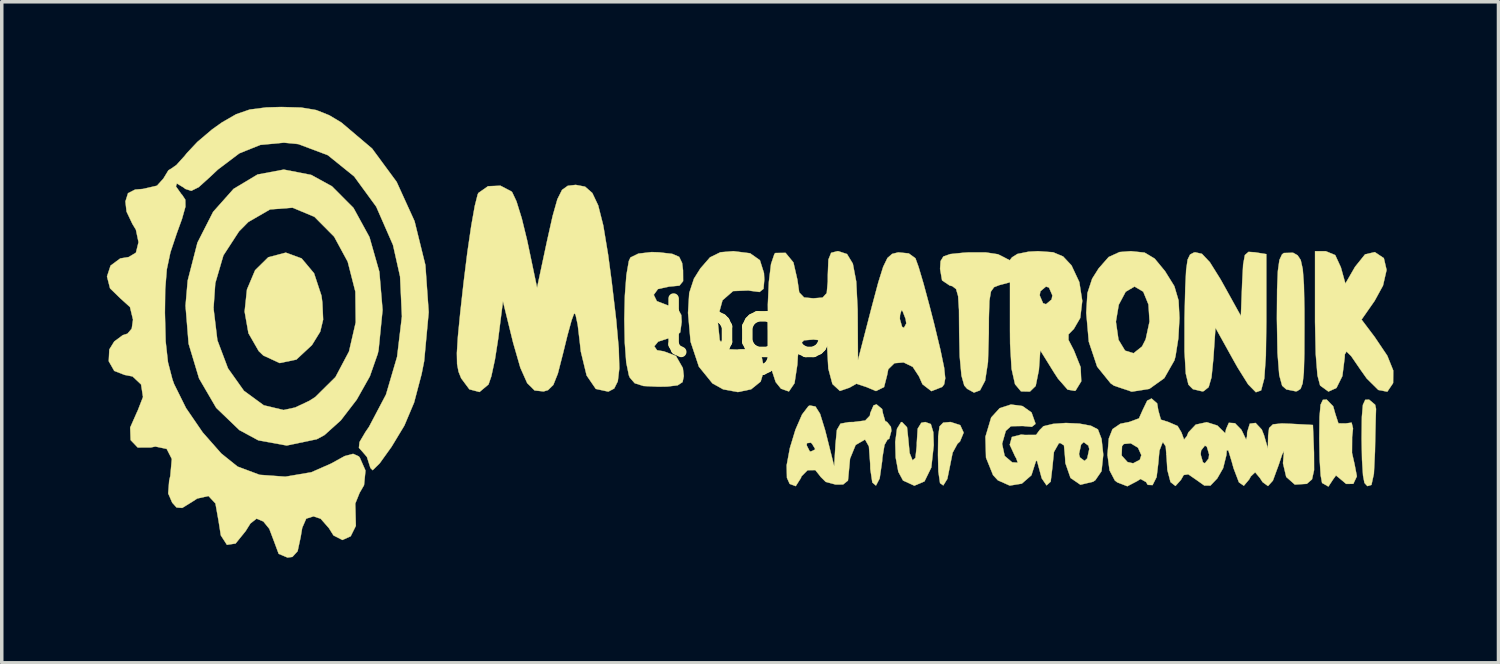
<source format=kicad_pcb>
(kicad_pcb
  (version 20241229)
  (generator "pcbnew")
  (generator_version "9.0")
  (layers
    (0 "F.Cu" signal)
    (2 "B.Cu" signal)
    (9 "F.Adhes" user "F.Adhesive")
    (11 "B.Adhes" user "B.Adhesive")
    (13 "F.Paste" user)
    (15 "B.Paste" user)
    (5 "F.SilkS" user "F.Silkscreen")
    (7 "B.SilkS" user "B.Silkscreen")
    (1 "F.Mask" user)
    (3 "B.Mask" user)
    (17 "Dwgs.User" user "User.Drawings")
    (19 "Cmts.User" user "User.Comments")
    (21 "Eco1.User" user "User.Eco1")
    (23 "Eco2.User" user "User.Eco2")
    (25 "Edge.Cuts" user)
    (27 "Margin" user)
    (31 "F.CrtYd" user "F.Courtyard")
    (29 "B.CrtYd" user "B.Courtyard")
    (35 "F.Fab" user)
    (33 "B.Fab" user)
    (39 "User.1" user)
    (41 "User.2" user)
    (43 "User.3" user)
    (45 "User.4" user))
  (footprint "logo"
    (layer "F.Cu")
    (at 18.286 6.308)
    (property "Reference" "logo" (at 0 0 0) (layer "F.SilkS") (effects (font (size 1.524 1.524) (thickness 0.3))))
    (attr through_hole)
    (fp_poly (pts (xy 6.079 2.781) (xy 6.176 2.994) (xy 6.072 3.245) (xy 5.998 3.314) (xy 5.861 3.567) (xy 5.786 3.94) (xy 5.71 4.314) (xy 5.594 4.501) (xy 5.502 4.435) (xy 5.454 4.104) (xy 5.443 3.631) (xy 5.449 3.097) (xy 5.487 2.817) (xy 5.591 2.709) (xy 5.79 2.691) (xy 5.806 2.691) (xy 6.079 2.781)) (stroke (width 0.01) (type solid)) (fill yes) (layer "F.SilkS"))
    (fp_poly (pts (xy 17.923 2.196) (xy 17.949 2.315) (xy 17.94 2.587) (xy 17.928 3.076) (xy 17.919 3.532) (xy 17.888 4.165) (xy 17.818 4.486) (xy 17.701 4.52) (xy 17.619 4.43) (xy 17.578 4.216) (xy 17.549 3.764) (xy 17.538 3.169) (xy 17.538 3.156) (xy 17.545 2.542) (xy 17.575 2.199) (xy 17.641 2.057) (xy 17.75 2.051) (xy 17.923 2.196)) (stroke (width 0.01) (type solid)) (fill yes) (layer "F.SilkS"))
    (fp_poly (pts (xy -12.725 -1.98) (xy -12.37 -1.556) (xy -12.158 -0.914) (xy -12.133 -0.721) (xy -12.111 -0.233) (xy -12.194 0.111) (xy -12.424 0.484) (xy -12.434 0.497) (xy -12.874 0.907) (xy -13.351 1.007) (xy -13.819 0.791) (xy -13.949 0.666) (xy -14.243 0.155) (xy -14.352 -0.462) (xy -14.285 -1.093) (xy -14.053 -1.643) (xy -13.676 -2.014) (xy -13.176 -2.145) (xy -12.725 -1.98)) (stroke (width 0.01) (type solid)) (fill yes) (layer "F.SilkS"))
    (fp_poly (pts (xy 5.239 2.749) (xy 5.309 2.981) (xy 5.322 3.352) (xy 5.252 3.989) (xy 5.058 4.385) (xy 4.768 4.508) (xy 4.445 4.36) (xy 4.311 4.111) (xy 4.236 3.706) (xy 4.223 3.258) (xy 4.273 2.883) (xy 4.388 2.696) (xy 4.415 2.691) (xy 4.559 2.841) (xy 4.596 3.186) (xy 4.633 3.575) (xy 4.717 3.785) (xy 4.799 3.714) (xy 4.837 3.371) (xy 4.838 3.29) (xy 4.864 2.88) (xy 4.967 2.713) (xy 5.08 2.691) (xy 5.239 2.749)) (stroke (width 0.01) (type solid)) (fill yes) (layer "F.SilkS"))
    (fp_poly (pts (xy 15.71 -2.069) (xy 15.799 -1.934) (xy 15.857 -1.673) (xy 15.89 -1.229) (xy 15.904 -0.539) (xy 15.905 -0.066) (xy 15.902 0.741) (xy 15.888 1.272) (xy 15.854 1.586) (xy 15.794 1.744) (xy 15.699 1.806) (xy 15.662 1.815) (xy 15.389 1.76) (xy 15.269 1.655) (xy 15.186 1.351) (xy 15.136 0.715) (xy 15.119 -0.253) (xy 15.119 -0.291) (xy 15.125 -1.095) (xy 15.147 -1.623) (xy 15.191 -1.935) (xy 15.264 -2.093) (xy 15.317 -2.135) (xy 15.581 -2.142) (xy 15.71 -2.069)) (stroke (width 0.01) (type solid)) (fill yes) (layer "F.SilkS"))
    (fp_poly (pts (xy 16.726 2.242) (xy 16.789 2.465) (xy 16.875 2.728) (xy 17.079 2.731) (xy 17.252 2.708) (xy 17.292 2.875) (xy 17.266 3.116) (xy 17.263 3.573) (xy 17.336 3.895) (xy 17.402 4.24) (xy 17.301 4.455) (xy 17.096 4.457) (xy 16.979 4.358) (xy 16.806 4.215) (xy 16.723 4.329) (xy 16.722 4.331) (xy 16.589 4.533) (xy 16.409 4.43) (xy 16.369 4.216) (xy 16.34 3.764) (xy 16.329 3.169) (xy 16.329 3.156) (xy 16.336 2.542) (xy 16.366 2.198) (xy 16.432 2.057) (xy 16.54 2.05) (xy 16.726 2.242)) (stroke (width 0.01) (type solid)) (fill yes) (layer "F.SilkS"))
    (fp_poly (pts (xy 0.079 -2.127) (xy 0.359 -1.929) (xy 0.475 -1.561) (xy 0.484 -1.374) (xy 0.462 -1.112) (xy 0.349 -1.022) (xy 0.077 -1.057) (xy 0.036 -1.066) (xy -0.407 -1.048) (xy -0.709 -0.785) (xy -0.841 -0.306) (xy -0.845 -0.184) (xy -0.789 0.35) (xy -0.61 0.609) (xy -0.283 0.624) (xy -0.237 0.613) (xy 0.159 0.607) (xy 0.409 0.829) (xy 0.484 1.192) (xy 0.38 1.536) (xy 0.108 1.756) (xy -0.27 1.835) (xy -0.691 1.757) (xy -0.996 1.587) (xy -1.383 1.11) (xy -1.62 0.398) (xy -1.693 -0.425) (xy -1.659 -0.992) (xy -1.524 -1.402) (xy -1.34 -1.695) (xy -1.064 -2.012) (xy -0.769 -2.156) (xy -0.396 -2.187) (xy 0.079 -2.127)) (stroke (width 0.01) (type solid)) (fill yes) (layer "F.SilkS"))
    (fp_poly (pts (xy 16.784 -2.075) (xy 16.946 -1.724) (xy 17.074 -1.262) (xy 17.349 -1.739) (xy 17.636 -2.096) (xy 17.914 -2.16) (xy 18.172 -1.988) (xy 18.25 -1.651) (xy 18.148 -1.205) (xy 17.91 -0.77) (xy 17.536 -0.234) (xy 17.91 0.262) (xy 18.271 0.798) (xy 18.44 1.218) (xy 18.437 1.567) (xy 18.432 1.586) (xy 18.271 1.824) (xy 18.015 1.775) (xy 17.683 1.447) (xy 17.492 1.177) (xy 17.24 0.809) (xy 17.107 0.678) (xy 17.058 0.759) (xy 17.054 0.852) (xy 16.988 1.378) (xy 16.819 1.718) (xy 16.59 1.821) (xy 16.353 1.648) (xy 16.277 1.359) (xy 16.228 0.749) (xy 16.208 -0.167) (xy 16.208 -0.37) (xy 16.208 -2.187) (xy 16.513 -2.187) (xy 16.784 -2.075)) (stroke (width 0.01) (type solid)) (fill yes) (layer "F.SilkS"))
    (fp_poly (pts (xy 14.49 -2.155) (xy 14.817 -2.103) (xy 14.817 -0.171) (xy 14.804 0.798) (xy 14.759 1.446) (xy 14.668 1.788) (xy 14.519 1.84) (xy 14.299 1.617) (xy 13.996 1.133) (xy 13.885 0.936) (xy 13.365 -0.001) (xy 13.305 0.883) (xy 13.252 1.415) (xy 13.17 1.695) (xy 13.031 1.807) (xy 12.992 1.816) (xy 12.72 1.752) (xy 12.594 1.624) (xy 12.518 1.308) (xy 12.481 0.675) (xy 12.482 -0.283) (xy 12.484 -0.361) (xy 12.503 -1.143) (xy 12.528 -1.65) (xy 12.57 -1.946) (xy 12.64 -2.09) (xy 12.748 -2.147) (xy 12.785 -2.155) (xy 12.979 -2.111) (xy 13.205 -1.872) (xy 13.503 -1.395) (xy 13.572 -1.273) (xy 14.091 -0.337) (xy 14.127 -1.272) (xy 14.155 -1.804) (xy 14.205 -2.076) (xy 14.309 -2.167) (xy 14.49 -2.155)) (stroke (width 0.01) (type solid)) (fill yes) (layer "F.SilkS"))
    (fp_poly (pts (xy 11.342 -2.146) (xy 11.63 -1.974) (xy 11.926 -1.615) (xy 12.191 -1.188) (xy 12.311 -0.782) (xy 12.337 -0.277) (xy 12.305 0.302) (xy 12.224 0.814) (xy 12.193 0.93) (xy 11.904 1.438) (xy 11.477 1.744) (xy 10.976 1.824) (xy 10.469 1.653) (xy 10.373 1.587) (xy 9.987 1.11) (xy 9.749 0.398) (xy 9.699 -0.168) (xy 10.523 -0.168) (xy 10.597 0.343) (xy 10.784 0.652) (xy 11.026 0.727) (xy 11.268 0.535) (xy 11.373 0.328) (xy 11.483 -0.18) (xy 11.452 -0.666) (xy 11.303 -1.031) (xy 11.055 -1.177) (xy 11.052 -1.177) (xy 10.801 -1.028) (xy 10.604 -0.658) (xy 10.523 -0.18) (xy 10.523 -0.168) (xy 9.699 -0.168) (xy 9.676 -0.425) (xy 9.71 -0.992) (xy 9.845 -1.402) (xy 10.03 -1.695) (xy 10.317 -2.021) (xy 10.627 -2.162) (xy 10.949 -2.187) (xy 11.342 -2.146)) (stroke (width 0.01) (type solid)) (fill yes) (layer "F.SilkS"))
    (fp_poly (pts (xy -2.52 -2.154) (xy -2.144 -2.11) (xy -1.946 -2.025) (xy -1.862 -1.85) (xy -1.836 -1.64) (xy -1.834 -1.332) (xy -1.938 -1.204) (xy -2.217 -1.177) (xy -2.23 -1.177) (xy -2.552 -1.106) (xy -2.672 -0.941) (xy -2.584 -0.761) (xy -2.283 -0.644) (xy -2.268 -0.641) (xy -1.992 -0.56) (xy -1.886 -0.363) (xy -1.875 -0.168) (xy -1.916 0.132) (xy -2.087 0.268) (xy -2.268 0.305) (xy -2.546 0.395) (xy -2.656 0.528) (xy -2.578 0.64) (xy -2.383 0.673) (xy -2.038 0.803) (xy -1.841 1.149) (xy -1.814 1.379) (xy -1.849 1.55) (xy -1.988 1.642) (xy -2.286 1.678) (xy -2.536 1.682) (xy -2.963 1.662) (xy -3.215 1.583) (xy -3.354 1.423) (xy -3.382 1.357) (xy -3.457 0.99) (xy -3.499 0.423) (xy -3.512 -0.246) (xy -3.496 -0.922) (xy -3.452 -1.507) (xy -3.383 -1.906) (xy -3.336 -2.007) (xy -3.112 -2.117) (xy -2.734 -2.161) (xy -2.52 -2.154)) (stroke (width 0.01) (type solid)) (fill yes) (layer "F.SilkS"))
    (fp_poly (pts (xy -12.451 -4.364) (xy -11.859 -4.039) (xy -11.244 -3.422) (xy -10.788 -2.589) (xy -10.506 -1.599) (xy -10.414 -0.508) (xy -10.527 0.627) (xy -10.55 0.737) (xy -10.776 1.384) (xy -11.151 2.051) (xy -11.606 2.643) (xy -12.074 3.064) (xy -12.291 3.181) (xy -13.15 3.361) (xy -13.962 3.213) (xy -14.502 2.921) (xy -15.163 2.286) (xy -15.653 1.446) (xy -15.951 0.456) (xy -16.033 -0.555) (xy -15.24 -0.555) (xy -15.13 0.356) (xy -14.827 1.159) (xy -14.373 1.798) (xy -13.806 2.213) (xy -13.24 2.348) (xy -12.909 2.276) (xy -12.502 2.084) (xy -12.334 1.976) (xy -11.759 1.408) (xy -11.372 0.677) (xy -11.18 -0.155) (xy -11.19 -1.03) (xy -11.409 -1.886) (xy -11.797 -2.602) (xy -12.359 -3.168) (xy -12.982 -3.428) (xy -13.626 -3.379) (xy -14.247 -3.02) (xy -14.513 -2.751) (xy -14.958 -2.067) (xy -15.19 -1.274) (xy -15.24 -0.555) (xy -16.033 -0.555) (xy -16.039 -0.63) (xy -15.977 -1.349) (xy -15.699 -2.43) (xy -15.251 -3.31) (xy -14.667 -3.966) (xy -13.983 -4.376) (xy -13.233 -4.516) (xy -12.451 -4.364)) (stroke (width 0.01) (type solid)) (fill yes) (layer "F.SilkS"))
    (fp_poly (pts (xy -4.633 -4.029) (xy -4.426 -3.848) (xy -4.258 -3.494) (xy -4.113 -2.922) (xy -3.975 -2.089) (xy -3.874 -1.33) (xy -3.744 -0.228) (xy -3.671 0.587) (xy -3.655 1.159) (xy -3.698 1.527) (xy -3.801 1.734) (xy -3.966 1.821) (xy -3.971 1.822) (xy -4.326 1.745) (xy -4.588 1.362) (xy -4.753 0.68) (xy -4.785 0.396) (xy -4.842 -0.085) (xy -4.904 -0.373) (xy -4.943 -0.415) (xy -5.018 -0.211) (xy -5.136 0.218) (xy -5.261 0.728) (xy -5.409 1.305) (xy -5.539 1.631) (xy -5.69 1.779) (xy -5.816 1.817) (xy -6.073 1.789) (xy -6.285 1.579) (xy -6.48 1.141) (xy -6.686 0.427) (xy -6.724 0.273) (xy -6.977 -0.757) (xy -7.113 0.313) (xy -7.206 0.908) (xy -7.309 1.385) (xy -7.389 1.617) (xy -7.646 1.833) (xy -7.935 1.757) (xy -8.17 1.441) (xy -8.245 1.253) (xy -8.286 1.034) (xy -8.292 0.721) (xy -8.263 0.254) (xy -8.196 -0.429) (xy -8.1 -1.293) (xy -7.993 -2.154) (xy -7.883 -2.906) (xy -7.781 -3.48) (xy -7.698 -3.808) (xy -7.679 -3.848) (xy -7.404 -4.041) (xy -7.048 -4.056) (xy -6.733 -3.891) (xy -6.712 -3.867) (xy -6.591 -3.61) (xy -6.44 -3.124) (xy -6.289 -2.507) (xy -6.266 -2.4) (xy -6.003 -1.144) (xy -5.723 -2.457) (xy -5.557 -3.197) (xy -5.423 -3.67) (xy -5.29 -3.936) (xy -5.127 -4.053) (xy -4.906 -4.079) (xy -4.896 -4.079) (xy -4.633 -4.029)) (stroke (width 0.01) (type solid)) (fill yes) (layer "F.SilkS"))
    (fp_poly (pts (xy 3.849 2.321) (xy 3.87 2.439) (xy 3.936 2.663) (xy 3.991 2.691) (xy 4.099 2.828) (xy 4.112 2.944) (xy 4.051 3.168) (xy 3.999 3.196) (xy 3.916 3.345) (xy 3.855 3.712) (xy 3.848 3.814) (xy 3.778 4.301) (xy 3.672 4.505) (xy 3.569 4.417) (xy 3.511 4.031) (xy 3.508 3.883) (xy 3.471 3.386) (xy 3.364 3.197) (xy 3.35 3.196) (xy 3.092 3.346) (xy 2.932 3.736) (xy 2.903 4.051) (xy 2.873 4.362) (xy 2.734 4.474) (xy 2.519 4.475) (xy 2.238 4.399) (xy 2.087 4.25) (xy 2.085 4.243) (xy 1.941 4.063) (xy 1.72 4.066) (xy 1.546 4.241) (xy 1.529 4.289) (xy 1.382 4.521) (xy 1.209 4.457) (xy 1.131 4.283) (xy 1.123 3.926) (xy 1.215 3.432) (xy 1.239 3.354) (xy 1.693 3.354) (xy 1.781 3.526) (xy 1.814 3.532) (xy 1.932 3.475) (xy 1.935 3.458) (xy 1.85 3.315) (xy 1.814 3.28) (xy 1.703 3.293) (xy 1.693 3.354) (xy 1.239 3.354) (xy 1.373 2.912) (xy 1.562 2.477) (xy 1.746 2.236) (xy 1.785 2.219) (xy 1.945 2.248) (xy 2.077 2.457) (xy 2.218 2.913) (xy 2.256 3.06) (xy 2.48 3.953) (xy 2.517 3.322) (xy 2.557 2.916) (xy 2.66 2.737) (xy 2.904 2.693) (xy 3.031 2.691) (xy 3.365 2.648) (xy 3.5 2.507) (xy 3.508 2.439) (xy 3.604 2.216) (xy 3.689 2.187) (xy 3.849 2.321)) (stroke (width 0.01) (type solid)) (fill yes) (layer "F.SilkS"))
    (fp_poly (pts (xy 7.856 2.235) (xy 8.114 2.418) (xy 8.224 2.727) (xy 8.225 2.746) (xy 8.123 2.827) (xy 7.878 2.805) (xy 7.872 2.804) (xy 7.525 2.81) (xy 7.379 2.943) (xy 7.273 3.314) (xy 7.347 3.659) (xy 7.561 3.841) (xy 7.721 3.851) (xy 7.674 3.718) (xy 7.65 3.683) (xy 7.492 3.34) (xy 7.553 3.118) (xy 7.82 3.049) (xy 7.922 3.06) (xy 8.243 3.058) (xy 8.346 2.919) (xy 8.453 2.811) (xy 8.728 2.744) (xy 9.094 2.718) (xy 9.479 2.736) (xy 9.809 2.797) (xy 10.009 2.901) (xy 10.113 3.173) (xy 10.16 3.607) (xy 10.16 3.641) (xy 10.112 4.093) (xy 9.936 4.35) (xy 9.873 4.394) (xy 9.51 4.481) (xy 9.227 4.287) (xy 9.08 3.863) (xy 9.071 3.7) (xy 9.063 3.604) (xy 9.469 3.604) (xy 9.495 3.701) (xy 9.628 3.801) (xy 9.703 3.73) (xy 9.762 3.461) (xy 9.737 3.364) (xy 9.603 3.264) (xy 9.528 3.335) (xy 9.469 3.604) (xy 9.063 3.604) (xy 9.04 3.356) (xy 8.928 3.287) (xy 8.89 3.303) (xy 8.753 3.546) (xy 8.709 3.985) (xy 8.66 4.393) (xy 8.543 4.499) (xy 8.406 4.299) (xy 8.331 4.025) (xy 8.268 3.791) (xy 8.237 3.815) (xy 8.11 4.211) (xy 7.837 4.449) (xy 7.492 4.505) (xy 7.152 4.354) (xy 7.015 4.205) (xy 6.814 3.707) (xy 6.798 3.111) (xy 6.962 2.561) (xy 7.204 2.296) (xy 7.527 2.191) (xy 7.856 2.235)) (stroke (width 0.01) (type solid)) (fill yes) (layer "F.SilkS"))
    (fp_poly (pts (xy 8.73 -2.156) (xy 9.015 -2.036) (xy 9.248 -1.788) (xy 9.258 -1.774) (xy 9.478 -1.304) (xy 9.562 -0.768) (xy 9.504 -0.28) (xy 9.323 0.031) (xy 9.17 0.188) (xy 9.169 0.347) (xy 9.32 0.638) (xy 9.323 0.644) (xy 9.515 1.123) (xy 9.533 1.529) (xy 9.375 1.788) (xy 9.352 1.801) (xy 9.145 1.766) (xy 8.87 1.452) (xy 8.756 1.277) (xy 8.363 0.644) (xy 8.324 1.204) (xy 8.232 1.661) (xy 8.068 1.821) (xy 7.813 1.815) (xy 7.643 1.612) (xy 7.544 1.173) (xy 7.502 0.457) (xy 7.499 0.087) (xy 7.499 -0.925) (xy 8.346 -0.925) (xy 8.443 -0.702) (xy 8.527 -0.673) (xy 8.687 -0.807) (xy 8.709 -0.925) (xy 8.612 -1.148) (xy 8.527 -1.177) (xy 8.367 -1.043) (xy 8.346 -0.925) (xy 7.499 -0.925) (xy 7.499 -1.299) (xy 7.197 -1.219) (xy 7.044 -1.16) (xy 6.954 -1.034) (xy 6.91 -0.767) (xy 6.896 -0.283) (xy 6.894 0.154) (xy 6.87 0.978) (xy 6.789 1.509) (xy 6.643 1.786) (xy 6.471 1.85) (xy 6.276 1.742) (xy 6.193 1.648) (xy 6.114 1.366) (xy 6.063 0.816) (xy 6.048 0.146) (xy 6.043 -0.511) (xy 6.018 -0.904) (xy 5.96 -1.105) (xy 5.853 -1.188) (xy 5.775 -1.208) (xy 5.56 -1.353) (xy 5.503 -1.682) (xy 5.518 -1.905) (xy 5.597 -2.035) (xy 5.793 -2.104) (xy 6.161 -2.142) (xy 6.331 -2.153) (xy 6.799 -2.153) (xy 7.155 -2.099) (xy 7.318 -2.018) (xy 7.49 -1.927) (xy 7.556 -2.01) (xy 7.711 -2.108) (xy 8.028 -2.172) (xy 8.298 -2.187) (xy 8.73 -2.156)) (stroke (width 0.01) (type solid)) (fill yes) (layer "F.SilkS"))
    (fp_poly (pts (xy 2.846 -2.105) (xy 3.012 -1.83) (xy 3.109 -1.319) (xy 3.149 -0.53) (xy 3.151 -0.305) (xy 3.158 0.925) (xy 3.463 -0.252) (xy 4.354 -0.252) (xy 4.418 -0.028) (xy 4.471 0) (xy 4.538 -0.123) (xy 4.519 -0.252) (xy 4.433 -0.474) (xy 4.402 -0.505) (xy 4.36 -0.367) (xy 4.354 -0.252) (xy 3.463 -0.252) (xy 3.55 -0.589) (xy 3.738 -1.293) (xy 3.878 -1.74) (xy 4 -1.992) (xy 4.134 -2.109) (xy 4.31 -2.153) (xy 4.609 -2.123) (xy 4.799 -1.985) (xy 4.888 -1.74) (xy 5.032 -1.255) (xy 5.206 -0.609) (xy 5.332 -0.119) (xy 5.514 0.636) (xy 5.618 1.136) (xy 5.65 1.443) (xy 5.619 1.615) (xy 5.562 1.689) (xy 5.255 1.809) (xy 5 1.612) (xy 4.9 1.387) (xy 4.722 1.115) (xy 4.461 0.989) (xy 4.2 1.011) (xy 4.023 1.184) (xy 3.991 1.351) (xy 3.903 1.693) (xy 3.673 1.806) (xy 3.399 1.691) (xy 3.115 1.597) (xy 2.915 1.71) (xy 2.643 1.803) (xy 2.43 1.606) (xy 2.312 1.165) (xy 2.298 0.905) (xy 2.278 0.521) (xy 2.167 0.366) (xy 1.892 0.336) (xy 1.882 0.336) (xy 1.619 0.358) (xy 1.493 0.484) (xy 1.442 0.81) (xy 1.428 1.05) (xy 1.347 1.583) (xy 1.187 1.818) (xy 0.962 1.74) (xy 0.809 1.549) (xy 0.703 1.226) (xy 0.631 0.691) (xy 0.592 0.031) (xy 0.586 -0.666) (xy 0.615 -1.313) (xy 0.677 -1.823) (xy 0.774 -2.109) (xy 0.803 -2.135) (xy 1.091 -2.139) (xy 1.316 -1.865) (xy 1.429 -1.371) (xy 1.429 -1.371) (xy 1.481 -1.011) (xy 1.619 -0.866) (xy 1.882 -0.841) (xy 2.149 -0.862) (xy 2.267 -0.99) (xy 2.297 -1.321) (xy 2.298 -1.514) (xy 2.315 -1.948) (xy 2.393 -2.14) (xy 2.574 -2.187) (xy 2.596 -2.187) (xy 2.846 -2.105)) (stroke (width 0.01) (type solid)) (fill yes) (layer "F.SilkS"))
    (fp_poly (pts (xy 11.7 2.159) (xy 11.732 2.355) (xy 11.807 2.623) (xy 12.022 2.691) (xy 12.284 2.804) (xy 12.393 2.986) (xy 12.468 3.191) (xy 12.547 3.097) (xy 12.593 2.986) (xy 12.802 2.765) (xy 13.116 2.696) (xy 13.419 2.791) (xy 13.522 2.893) (xy 13.642 3.01) (xy 13.668 2.893) (xy 13.747 2.713) (xy 13.923 2.725) (xy 14.105 2.912) (xy 14.142 2.986) (xy 14.239 3.19) (xy 14.266 3.101) (xy 14.269 2.986) (xy 14.345 2.738) (xy 14.511 2.717) (xy 14.687 2.906) (xy 14.752 3.07) (xy 14.862 3.448) (xy 14.869 3.077) (xy 14.897 2.862) (xy 15.007 2.757) (xy 15.261 2.731) (xy 15.512 2.741) (xy 16.147 2.775) (xy 16.178 3.563) (xy 16.18 4.063) (xy 16.121 4.327) (xy 15.977 4.452) (xy 15.971 4.455) (xy 15.631 4.476) (xy 15.385 4.258) (xy 15.293 3.867) (xy 15.304 3.736) (xy 15.323 3.523) (xy 15.273 3.606) (xy 15.171 3.911) (xy 15.005 4.363) (xy 14.865 4.518) (xy 14.711 4.406) (xy 14.634 4.288) (xy 14.498 4.126) (xy 14.375 4.242) (xy 14.327 4.329) (xy 14.175 4.51) (xy 14.035 4.412) (xy 13.883 4.013) (xy 13.828 3.815) (xy 13.733 3.504) (xy 13.687 3.5) (xy 13.677 3.633) (xy 13.584 4.007) (xy 13.416 4.301) (xy 13.221 4.505) (xy 13.048 4.504) (xy 12.831 4.35) (xy 12.589 4.183) (xy 12.459 4.203) (xy 12.379 4.342) (xy 12.223 4.516) (xy 12.082 4.405) (xy 11.991 4.057) (xy 11.974 3.765) (xy 11.963 3.617) (xy 12.942 3.617) (xy 13.007 3.84) (xy 13.063 3.869) (xy 13.17 3.733) (xy 13.184 3.617) (xy 13.118 3.393) (xy 13.063 3.364) (xy 12.956 3.5) (xy 12.942 3.617) (xy 11.963 3.617) (xy 11.945 3.387) (xy 11.869 3.271) (xy 11.853 3.28) (xy 11.765 3.508) (xy 11.732 3.869) (xy 11.684 4.263) (xy 11.569 4.491) (xy 11.432 4.484) (xy 11.383 4.404) (xy 11.227 4.316) (xy 11.124 4.38) (xy 10.849 4.524) (xy 10.562 4.413) (xy 10.493 4.36) (xy 10.341 4.07) (xy 10.285 3.647) (xy 10.686 3.647) (xy 10.855 3.834) (xy 11.014 3.869) (xy 11.206 3.769) (xy 11.249 3.636) (xy 11.153 3.423) (xy 10.945 3.298) (xy 10.748 3.317) (xy 10.697 3.38) (xy 10.686 3.647) (xy 10.285 3.647) (xy 10.282 3.619) (xy 10.32 3.161) (xy 10.426 2.893) (xy 10.651 2.74) (xy 10.896 2.691) (xy 11.181 2.587) (xy 11.284 2.355) (xy 11.416 2.081) (xy 11.54 2.019) (xy 11.7 2.159)) (stroke (width 0.01) (type solid)) (fill yes) (layer "F.SilkS"))
    (fp_poly (pts (xy -12.734 -6.287) (xy -12.31 -6.216) (xy -11.936 -6.067) (xy -11.59 -5.86) (xy -10.713 -5.117) (xy -10.012 -4.165) (xy -9.501 -3.044) (xy -9.192 -1.792) (xy -9.097 -0.446) (xy -9.227 0.954) (xy -9.299 1.319) (xy -9.514 2.135) (xy -9.791 2.791) (xy -10.157 3.397) (xy -10.496 3.869) (xy -10.697 4.066) (xy -10.76 4.003) (xy -10.86 3.689) (xy -10.976 3.552) (xy -11.089 3.426) (xy -11.071 3.262) (xy -10.905 2.98) (xy -10.801 2.828) (xy -10.316 1.907) (xy -9.999 0.828) (xy -9.861 -0.323) (xy -9.914 -1.464) (xy -10.116 -2.364) (xy -10.595 -3.458) (xy -11.226 -4.322) (xy -11.977 -4.928) (xy -12.818 -5.244) (xy -13.229 -5.285) (xy -13.905 -5.221) (xy -14.503 -4.98) (xy -15.115 -4.518) (xy -15.337 -4.309) (xy -15.662 -4.015) (xy -15.875 -3.91) (xy -16.045 -3.965) (xy -16.093 -4.004) (xy -16.287 -4.12) (xy -16.314 -4.037) (xy -16.161 -3.82) (xy -16.139 -3.798) (xy -16.046 -3.658) (xy -16.043 -3.455) (xy -16.141 -3.106) (xy -16.291 -2.692) (xy -16.471 -2.154) (xy -16.574 -1.667) (xy -16.62 -1.095) (xy -16.628 -0.427) (xy -16.607 0.387) (xy -16.541 0.982) (xy -16.414 1.472) (xy -16.366 1.606) (xy -16.025 2.293) (xy -15.548 2.989) (xy -15.019 3.589) (xy -14.553 3.963) (xy -13.923 4.198) (xy -13.189 4.251) (xy -12.448 4.125) (xy -11.884 3.877) (xy -11.496 3.663) (xy -11.255 3.599) (xy -11.096 3.67) (xy -11.067 3.701) (xy -10.902 4.076) (xy -10.943 4.493) (xy -11.07 4.713) (xy -11.194 5.02) (xy -11.188 5.215) (xy -11.177 5.655) (xy -11.324 5.952) (xy -11.56 6.058) (xy -11.815 5.928) (xy -11.946 5.719) (xy -12.18 5.452) (xy -12.385 5.383) (xy -12.594 5.449) (xy -12.708 5.71) (xy -12.752 5.972) (xy -12.839 6.378) (xy -12.988 6.541) (xy -13.127 6.56) (xy -13.38 6.453) (xy -13.498 6.135) (xy -13.648 5.738) (xy -13.818 5.529) (xy -14.012 5.449) (xy -14.187 5.587) (xy -14.324 5.805) (xy -14.61 6.159) (xy -14.857 6.196) (xy -15.031 5.927) (xy -15.095 5.522) (xy -15.185 5.015) (xy -15.384 4.802) (xy -15.706 4.875) (xy -15.867 4.979) (xy -16.134 5.143) (xy -16.296 5.13) (xy -16.42 4.992) (xy -16.534 4.728) (xy -16.506 4.367) (xy -16.474 4.23) (xy -16.43 3.745) (xy -16.577 3.458) (xy -16.9 3.39) (xy -17.037 3.418) (xy -17.405 3.417) (xy -17.606 3.206) (xy -17.619 2.847) (xy -17.421 2.399) (xy -17.413 2.387) (xy -17.253 1.976) (xy -17.308 1.618) (xy -17.551 1.389) (xy -17.776 1.346) (xy -18.074 1.231) (xy -18.231 0.955) (xy -18.215 0.619) (xy -18.074 0.391) (xy -17.83 0.21) (xy -17.696 0.168) (xy -17.575 0.025) (xy -17.538 -0.232) (xy -17.625 -0.592) (xy -17.901 -0.841) (xy -18.194 -1.126) (xy -18.281 -1.464) (xy -18.179 -1.775) (xy -17.902 -1.98) (xy -17.663 -2.019) (xy -17.455 -2.144) (xy -17.381 -2.444) (xy -17.456 -2.8) (xy -17.557 -2.967) (xy -17.723 -3.317) (xy -17.755 -3.607) (xy -17.681 -3.842) (xy -17.479 -3.945) (xy -17.253 -3.964) (xy -16.855 -4.056) (xy -16.672 -4.259) (xy -16.528 -4.496) (xy -16.45 -4.542) (xy -16.299 -4.648) (xy -16.062 -4.91) (xy -16.002 -4.986) (xy -15.699 -5.308) (xy -15.283 -5.661) (xy -14.998 -5.864) (xy -14.593 -6.097) (xy -14.204 -6.231) (xy -13.735 -6.291) (xy -13.305 -6.303) (xy -12.734 -6.287)) (stroke (width 0.01) (type solid)) (fill yes) (layer "F.SilkS")))
  (gr_rect
    (start -3 -3)
    (end 39.731 15.873)
    (stroke (width 0.1) (type default))
    (fill no)
    (layer "Edge.Cuts")))
</source>
